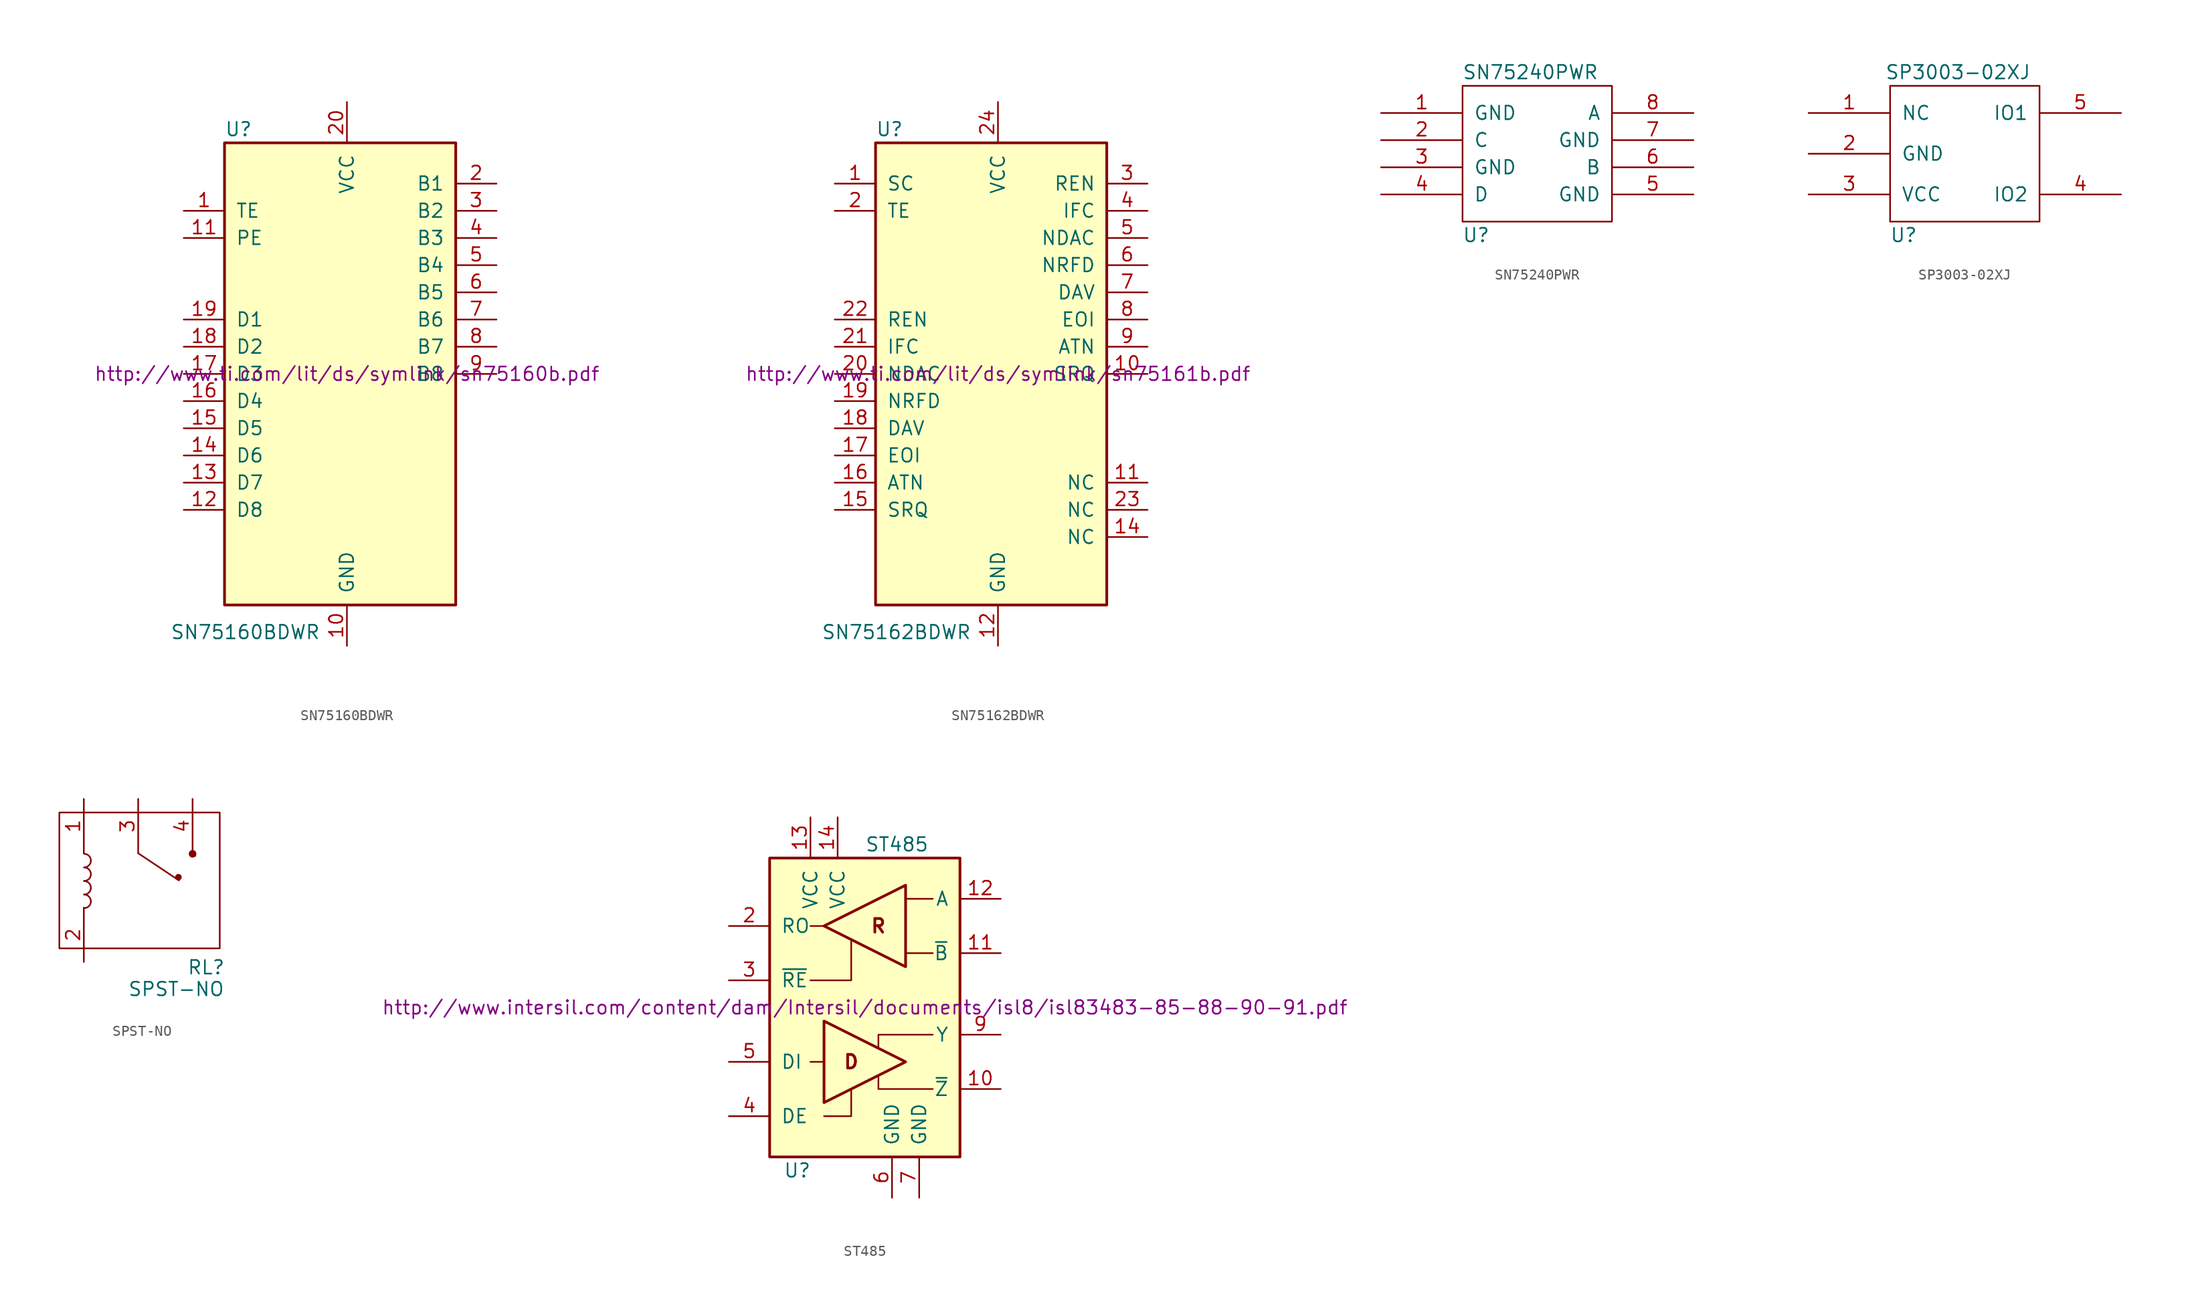
<source format=kicad_sym>
(kicad_symbol_lib
  (version 20211014)
  (generator kicad_symbol_editor)
  (symbol "SN75160BDWR"
    (pin_names
      (offset 1.016))
    (property "Reference" "U"
      (at -11.43 22.86 0)
      (effects (font (size 1.27 1.27)) (justify left)))
    (property "Value" "SN75160BDWR"
      (at -16.51 -24.13 0)
      (effects (font (size 1.27 1.27)) (justify left)))
    (property "Datasheet" "http://www.ti.com/lit/ds/symlink/sn75160b.pdf"
      (at 0 0 0)
      (effects (font (size 1.27 1.27))))
    (symbol "SN75160BDWR_0_1"
      (rectangle (start -11.43 21.59) (end 10.16 -21.59) (stroke (width 0.254) (type default) (color 0 0 0 0)) (fill (type background))))
    (symbol "SN75160BDWR_1_1"
      (pin input line (at -15.24 15.24 0) (length 3.81) (name "TE" (effects (font (size 1.27 1.27)))) (number "1" (effects (font (size 1.27 1.27)))))
      (pin power_in line (at 0 -25.4 90) (length 3.81) (name "GND" (effects (font (size 1.27 1.27)))) (number "10" (effects (font (size 1.27 1.27)))))
      (pin input line (at -15.24 12.7 0) (length 3.81) (name "PE" (effects (font (size 1.27 1.27)))) (number "11" (effects (font (size 1.27 1.27)))))
      (pin bidirectional line (at -15.24 -12.7 0) (length 3.81) (name "D8" (effects (font (size 1.27 1.27)))) (number "12" (effects (font (size 1.27 1.27)))))
      (pin bidirectional line (at -15.24 -10.16 0) (length 3.81) (name "D7" (effects (font (size 1.27 1.27)))) (number "13" (effects (font (size 1.27 1.27)))))
      (pin bidirectional line (at -15.24 -7.62 0) (length 3.81) (name "D6" (effects (font (size 1.27 1.27)))) (number "14" (effects (font (size 1.27 1.27)))))
      (pin bidirectional line (at -15.24 -5.08 0) (length 3.81) (name "D5" (effects (font (size 1.27 1.27)))) (number "15" (effects (font (size 1.27 1.27)))))
      (pin bidirectional line (at -15.24 -2.54 0) (length 3.81) (name "D4" (effects (font (size 1.27 1.27)))) (number "16" (effects (font (size 1.27 1.27)))))
      (pin bidirectional line (at -15.24 0 0) (length 3.81) (name "D3" (effects (font (size 1.27 1.27)))) (number "17" (effects (font (size 1.27 1.27)))))
      (pin bidirectional line (at -15.24 2.54 0) (length 3.81) (name "D2" (effects (font (size 1.27 1.27)))) (number "18" (effects (font (size 1.27 1.27)))))
      (pin bidirectional line (at -15.24 5.08 0) (length 3.81) (name "D1" (effects (font (size 1.27 1.27)))) (number "19" (effects (font (size 1.27 1.27)))))
      (pin bidirectional line (at 13.97 17.78 180) (length 3.81) (name "B1" (effects (font (size 1.27 1.27)))) (number "2" (effects (font (size 1.27 1.27)))))
      (pin power_in line (at 0 25.4 270) (length 3.81) (name "VCC" (effects (font (size 1.27 1.27)))) (number "20" (effects (font (size 1.27 1.27)))))
      (pin bidirectional line (at 13.97 15.24 180) (length 3.81) (name "B2" (effects (font (size 1.27 1.27)))) (number "3" (effects (font (size 1.27 1.27)))))
      (pin bidirectional line (at 13.97 12.7 180) (length 3.81) (name "B3" (effects (font (size 1.27 1.27)))) (number "4" (effects (font (size 1.27 1.27)))))
      (pin bidirectional line (at 13.97 10.16 180) (length 3.81) (name "B4" (effects (font (size 1.27 1.27)))) (number "5" (effects (font (size 1.27 1.27)))))
      (pin bidirectional line (at 13.97 7.62 180) (length 3.81) (name "B5" (effects (font (size 1.27 1.27)))) (number "6" (effects (font (size 1.27 1.27)))))
      (pin bidirectional line (at 13.97 5.08 180) (length 3.81) (name "B6" (effects (font (size 1.27 1.27)))) (number "7" (effects (font (size 1.27 1.27)))))
      (pin bidirectional line (at 13.97 2.54 180) (length 3.81) (name "B7" (effects (font (size 1.27 1.27)))) (number "8" (effects (font (size 1.27 1.27)))))
      (pin bidirectional line (at 13.97 0 180) (length 3.81) (name "B8" (effects (font (size 1.27 1.27)))) (number "9" (effects (font (size 1.27 1.27)))))))
  (symbol "SN75162BDWR"
    (pin_names
      (offset 1.016))
    (property "Reference" "U"
      (at -11.43 22.86 0)
      (effects (font (size 1.27 1.27)) (justify left)))
    (property "Value" "SN75162BDWR"
      (at -16.51 -24.13 0)
      (effects (font (size 1.27 1.27)) (justify left)))
    (property "Datasheet" "http://www.ti.com/lit/ds/symlink/sn75161b.pdf"
      (at 0 0 0)
      (effects (font (size 1.27 1.27))))
    (symbol "SN75162BDWR_0_1"
      (rectangle (start -11.43 21.59) (end 10.16 -21.59) (stroke (width 0.254) (type default) (color 0 0 0 0)) (fill (type background))))
    (symbol "SN75162BDWR_1_1"
      (pin input line (at -15.24 17.78 0) (length 3.81) (name "SC" (effects (font (size 1.27 1.27)))) (number "1" (effects (font (size 1.27 1.27)))))
      (pin bidirectional line (at 13.97 0 180) (length 3.81) (name "SRQ" (effects (font (size 1.27 1.27)))) (number "10" (effects (font (size 1.27 1.27)))))
      (pin bidirectional line (at 13.97 -10.16 180) (length 3.81) (name "NC" (effects (font (size 1.27 1.27)))) (number "11" (effects (font (size 1.27 1.27)))))
      (pin power_in line (at 0 -25.4 90) (length 3.81) (name "GND" (effects (font (size 1.27 1.27)))) (number "12" (effects (font (size 1.27 1.27)))))
      (pin bidirectional line (at 13.97 -15.24 180) (length 3.81) (name "NC" (effects (font (size 1.27 1.27)))) (number "14" (effects (font (size 1.27 1.27)))))
      (pin bidirectional line (at -15.24 -12.7 0) (length 3.81) (name "SRQ" (effects (font (size 1.27 1.27)))) (number "15" (effects (font (size 1.27 1.27)))))
      (pin bidirectional line (at -15.24 -10.16 0) (length 3.81) (name "ATN" (effects (font (size 1.27 1.27)))) (number "16" (effects (font (size 1.27 1.27)))))
      (pin bidirectional line (at -15.24 -7.62 0) (length 3.81) (name "EOI" (effects (font (size 1.27 1.27)))) (number "17" (effects (font (size 1.27 1.27)))))
      (pin bidirectional line (at -15.24 -5.08 0) (length 3.81) (name "DAV" (effects (font (size 1.27 1.27)))) (number "18" (effects (font (size 1.27 1.27)))))
      (pin bidirectional line (at -15.24 -2.54 0) (length 3.81) (name "NRFD" (effects (font (size 1.27 1.27)))) (number "19" (effects (font (size 1.27 1.27)))))
      (pin input line (at -15.24 15.24 0) (length 3.81) (name "TE" (effects (font (size 1.27 1.27)))) (number "2" (effects (font (size 1.27 1.27)))))
      (pin bidirectional line (at -15.24 0 0) (length 3.81) (name "NDAC" (effects (font (size 1.27 1.27)))) (number "20" (effects (font (size 1.27 1.27)))))
      (pin bidirectional line (at -15.24 2.54 0) (length 3.81) (name "IFC" (effects (font (size 1.27 1.27)))) (number "21" (effects (font (size 1.27 1.27)))))
      (pin bidirectional line (at -15.24 5.08 0) (length 3.81) (name "REN" (effects (font (size 1.27 1.27)))) (number "22" (effects (font (size 1.27 1.27)))))
      (pin bidirectional line (at 13.97 -12.7 180) (length 3.81) (name "NC" (effects (font (size 1.27 1.27)))) (number "23" (effects (font (size 1.27 1.27)))))
      (pin power_in line (at 0 25.4 270) (length 3.81) (name "VCC" (effects (font (size 1.27 1.27)))) (number "24" (effects (font (size 1.27 1.27)))))
      (pin bidirectional line (at 13.97 17.78 180) (length 3.81) (name "REN" (effects (font (size 1.27 1.27)))) (number "3" (effects (font (size 1.27 1.27)))))
      (pin bidirectional line (at 13.97 15.24 180) (length 3.81) (name "IFC" (effects (font (size 1.27 1.27)))) (number "4" (effects (font (size 1.27 1.27)))))
      (pin bidirectional line (at 13.97 12.7 180) (length 3.81) (name "NDAC" (effects (font (size 1.27 1.27)))) (number "5" (effects (font (size 1.27 1.27)))))
      (pin bidirectional line (at 13.97 10.16 180) (length 3.81) (name "NRFD" (effects (font (size 1.27 1.27)))) (number "6" (effects (font (size 1.27 1.27)))))
      (pin bidirectional line (at 13.97 7.62 180) (length 3.81) (name "DAV" (effects (font (size 1.27 1.27)))) (number "7" (effects (font (size 1.27 1.27)))))
      (pin bidirectional line (at 13.97 5.08 180) (length 3.81) (name "EOI" (effects (font (size 1.27 1.27)))) (number "8" (effects (font (size 1.27 1.27)))))
      (pin bidirectional line (at 13.97 2.54 180) (length 3.81) (name "ATN" (effects (font (size 1.27 1.27)))) (number "9" (effects (font (size 1.27 1.27)))))))
  (symbol "SN75240PWR"
    (pin_names
      (offset 1.016))
    (property "Reference" "U"
      (at -10.16 -7.62 0)
      (effects (font (size 1.27 1.27))))
    (property "Value" "SN75240PWR"
      (at -5.08 7.62 0)
      (effects (font (size 1.27 1.27))))
    (symbol "SN75240PWR_1_0"
      (rectangle (start -11.43 -6.35) (end 2.54 6.35) (stroke (width 0) (type default) (color 0 0 0 0)) (fill (type none))))
    (symbol "SN75240PWR_1_1"
      (pin input line (at -19.05 3.81 0) (length 7.62) (name "GND" (effects (font (size 1.27 1.27)))) (number "1" (effects (font (size 1.27 1.27)))))
      (pin input line (at -19.05 1.27 0) (length 7.62) (name "C" (effects (font (size 1.27 1.27)))) (number "2" (effects (font (size 1.27 1.27)))))
      (pin input line (at -19.05 -1.27 0) (length 7.62) (name "GND" (effects (font (size 1.27 1.27)))) (number "3" (effects (font (size 1.27 1.27)))))
      (pin input line (at -19.05 -3.81 0) (length 7.62) (name "D" (effects (font (size 1.27 1.27)))) (number "4" (effects (font (size 1.27 1.27)))))
      (pin input line (at 10.16 -3.81 180) (length 7.62) (name "GND" (effects (font (size 1.27 1.27)))) (number "5" (effects (font (size 1.27 1.27)))))
      (pin input line (at 10.16 -1.27 180) (length 7.62) (name "B" (effects (font (size 1.27 1.27)))) (number "6" (effects (font (size 1.27 1.27)))))
      (pin input line (at 10.16 1.27 180) (length 7.62) (name "GND" (effects (font (size 1.27 1.27)))) (number "7" (effects (font (size 1.27 1.27)))))
      (pin input line (at 10.16 3.81 180) (length 7.62) (name "A" (effects (font (size 1.27 1.27)))) (number "8" (effects (font (size 1.27 1.27)))))))
  (symbol "SP3003-02XJ"
    (pin_names
      (offset 1.016))
    (property "Reference" "U"
      (at -10.16 -7.62 0)
      (effects (font (size 1.27 1.27))))
    (property "Value" "SP3003-02XJ"
      (at -5.08 7.62 0)
      (effects (font (size 1.27 1.27))))
    (symbol "SP3003-02XJ_1_0"
      (rectangle (start -11.43 -6.35) (end 2.54 6.35) (stroke (width 0) (type default) (color 0 0 0 0)) (fill (type none))))
    (symbol "SP3003-02XJ_1_1"
      (pin input line (at -19.05 3.81 0) (length 7.62) (name "NC" (effects (font (size 1.27 1.27)))) (number "1" (effects (font (size 1.27 1.27)))))
      (pin input line (at -19.05 0 0) (length 7.62) (name "GND" (effects (font (size 1.27 1.27)))) (number "2" (effects (font (size 1.27 1.27)))))
      (pin input line (at -19.05 -3.81 0) (length 7.62) (name "VCC" (effects (font (size 1.27 1.27)))) (number "3" (effects (font (size 1.27 1.27)))))
      (pin input line (at 10.16 -3.81 180) (length 7.62) (name "IO2" (effects (font (size 1.27 1.27)))) (number "4" (effects (font (size 1.27 1.27)))))
      (pin input line (at 10.16 3.81 180) (length 7.62) (name "IO1" (effects (font (size 1.27 1.27)))) (number "5" (effects (font (size 1.27 1.27)))))))
  (symbol "SPST-NO"
    (pin_names
      (offset 1.016) hide)
    (property "Reference" "RL"
      (at 7.62 -8.128 0)
      (effects (font (size 1.27 1.27))))
    (property "Value" "SPST-NO"
      (at 4.826 -10.16 0)
      (effects (font (size 1.27 1.27))))
    (property "Footprint" ""
      (at -3.785 -0.051 0)
      (effects (font (size 1.27 1.27))))
    (property "Datasheet" ""
      (at -3.785 -0.051 0)
      (effects (font (size 1.27 1.27))))
    (symbol "SPST-NO_0_1"
      (rectangle (start -6.096 6.35) (end 8.89 -6.35) (stroke (width 0) (type default) (color 0 0 0 0)) (fill (type none)))
      (arc (start -3.7846 -2.5908) (mid -3.1496 -1.9558) (end -3.7846 -1.3208) (stroke (width 0) (type default) (color 0 0 0 0)) (fill (type none)))
      (arc (start -3.7846 -1.3208) (mid -3.1496 -0.6858) (end -3.7846 -0.0508) (stroke (width 0) (type default) (color 0 0 0 0)) (fill (type none)))
      (arc (start -3.7846 -0.0508) (mid -3.1496 0.5842) (end -3.7846 1.2192) (stroke (width 0) (type default) (color 0 0 0 0)) (fill (type none)))
      (arc (start -3.7846 1.2192) (mid -3.1496 1.8542) (end -3.7846 2.4892) (stroke (width 0) (type default) (color 0 0 0 0)) (fill (type none)))
      (polyline (pts (xy 1.27 2.54) (xy 5.08 0)) (stroke (width 0) (type default) (color 0 0 0 0)) (fill (type none)))
      (circle (center 5.029 0.305) (radius 0.229) (stroke (width 0) (type default) (color 0 0 0 0)) (fill (type outline)))
      (circle (center 6.35 2.489) (radius 0.279) (stroke (width 0) (type default) (color 0 0 0 0)) (fill (type outline)))
      (circle (center 6.604 2.286) (radius 0.0001) (stroke (width 0) (type default) (color 0 0 0 0)) (fill (type outline))))
    (symbol "SPST-NO_1_1"
      (pin input line (at -3.81 7.62 270) (length 5.08) (name "~" (effects (font (size 1.27 1.27)))) (number "1" (effects (font (size 1.27 1.27)))))
      (pin input line (at -3.81 -7.62 90) (length 5.08) (name "~" (effects (font (size 1.27 1.27)))) (number "2" (effects (font (size 1.27 1.27)))))
      (pin input line (at 1.27 7.62 270) (length 5.08) (name "~" (effects (font (size 1.27 1.27)))) (number "3" (effects (font (size 1.27 1.27)))))
      (pin input line (at 6.35 7.62 270) (length 5.08) (name "~" (effects (font (size 1.27 1.27)))) (number "4" (effects (font (size 1.27 1.27)))))))
  (symbol "ST485"
    (pin_names
      (offset 1.016))
    (property "Reference" "U"
      (at -7.62 -15.24 0)
      (effects (font (size 1.27 1.27)) (justify left)))
    (property "Value" "ST485"
      (at 0 15.24 0)
      (effects (font (size 1.27 1.27)) (justify left)))
    (property "Datasheet" "http://www.intersil.com/content/dam/Intersil/documents/isl8/isl83483-85-88-90-91.pdf"
      (at 0 0 0)
      (effects (font (size 1.27 1.27))))
    (symbol "ST485_0_0"
      (text "D" (at -1.27 -5.08 0) (effects (font (size 1.27 1.27) bold)))
      (text "R" (at 1.27 7.62 0) (effects (font (size 1.27 1.27) bold))))
    (symbol "ST485_0_1"
      (rectangle (start -8.89 13.97) (end 8.89 -13.97) (stroke (width 0.254) (type default) (color 0 0 0 0)) (fill (type background)))
      (polyline (pts (xy -5.08 -5.08) (xy -3.81 -5.08)) (stroke (width 0) (type default) (color 0 0 0 0)) (fill (type none)))
      (polyline (pts (xy -3.81 7.62) (xy -5.08 7.62)) (stroke (width 0) (type default) (color 0 0 0 0)) (fill (type none)))
      (polyline (pts (xy 6.35 5.08) (xy 3.81 5.08) (xy 3.81 5.08)) (stroke (width 0) (type default) (color 0 0 0 0)) (fill (type none)))
      (polyline (pts (xy 6.35 10.16) (xy 3.81 10.16) (xy 3.81 10.16)) (stroke (width 0) (type default) (color 0 0 0 0)) (fill (type none)))
      (polyline (pts (xy -3.81 -10.16) (xy -1.27 -10.16) (xy -1.27 -7.62) (xy -1.27 -7.62)) (stroke (width 0) (type default) (color 0 0 0 0)) (fill (type none)))
      (polyline (pts (xy -1.27 6.35) (xy -1.27 2.54) (xy -2.54 2.54) (xy -5.08 2.54)) (stroke (width 0) (type default) (color 0 0 0 0)) (fill (type none)))
      (polyline (pts (xy 6.35 -7.62) (xy 1.27 -7.62) (xy 1.27 -6.35) (xy 1.27 -6.35)) (stroke (width 0) (type default) (color 0 0 0 0)) (fill (type none)))
      (polyline (pts (xy 6.35 -2.54) (xy 1.27 -2.54) (xy 1.27 -3.81) (xy 1.27 -3.81)) (stroke (width 0) (type default) (color 0 0 0 0)) (fill (type none)))
      (polyline (pts (xy -3.81 -1.27) (xy -3.81 -8.89) (xy 3.81 -5.08) (xy -3.81 -1.27) (xy -3.81 -1.27)) (stroke (width 0.254) (type default) (color 0 0 0 0)) (fill (type none)))
      (polyline (pts (xy 3.81 11.43) (xy 3.81 3.81) (xy -3.81 7.62) (xy 3.81 11.43) (xy 3.81 11.43)) (stroke (width 0.254) (type default) (color 0 0 0 0)) (fill (type none))))
    (symbol "ST485_1_1"
      (pin output line (at 12.7 -7.62 180) (length 3.81) (name "~{Z}" (effects (font (size 1.27 1.27)))) (number "10" (effects (font (size 1.27 1.27)))))
      (pin input line (at 12.7 5.08 180) (length 3.81) (name "~{B}" (effects (font (size 1.27 1.27)))) (number "11" (effects (font (size 1.27 1.27)))))
      (pin input line (at 12.7 10.16 180) (length 3.81) (name "A" (effects (font (size 1.27 1.27)))) (number "12" (effects (font (size 1.27 1.27)))))
      (pin power_in line (at -5.08 17.78 270) (length 3.81) (name "VCC" (effects (font (size 1.27 1.27)))) (number "13" (effects (font (size 1.27 1.27)))))
      (pin power_in line (at -2.54 17.78 270) (length 3.81) (name "VCC" (effects (font (size 1.27 1.27)))) (number "14" (effects (font (size 1.27 1.27)))))
      (pin output line (at -12.7 7.62 0) (length 3.81) (name "RO" (effects (font (size 1.27 1.27)))) (number "2" (effects (font (size 1.27 1.27)))))
      (pin input line (at -12.7 2.54 0) (length 3.81) (name "~{RE}" (effects (font (size 1.27 1.27)))) (number "3" (effects (font (size 1.27 1.27)))))
      (pin input line (at -12.7 -10.16 0) (length 3.81) (name "DE" (effects (font (size 1.27 1.27)))) (number "4" (effects (font (size 1.27 1.27)))))
      (pin input line (at -12.7 -5.08 0) (length 3.81) (name "DI" (effects (font (size 1.27 1.27)))) (number "5" (effects (font (size 1.27 1.27)))))
      (pin power_in line (at 2.54 -17.78 90) (length 3.81) (name "GND" (effects (font (size 1.27 1.27)))) (number "6" (effects (font (size 1.27 1.27)))))
      (pin power_in line (at 5.08 -17.78 90) (length 3.81) (name "GND" (effects (font (size 1.27 1.27)))) (number "7" (effects (font (size 1.27 1.27)))))
      (pin output line (at 12.7 -2.54 180) (length 3.81) (name "Y" (effects (font (size 1.27 1.27)))) (number "9" (effects (font (size 1.27 1.27))))))))
</source>
